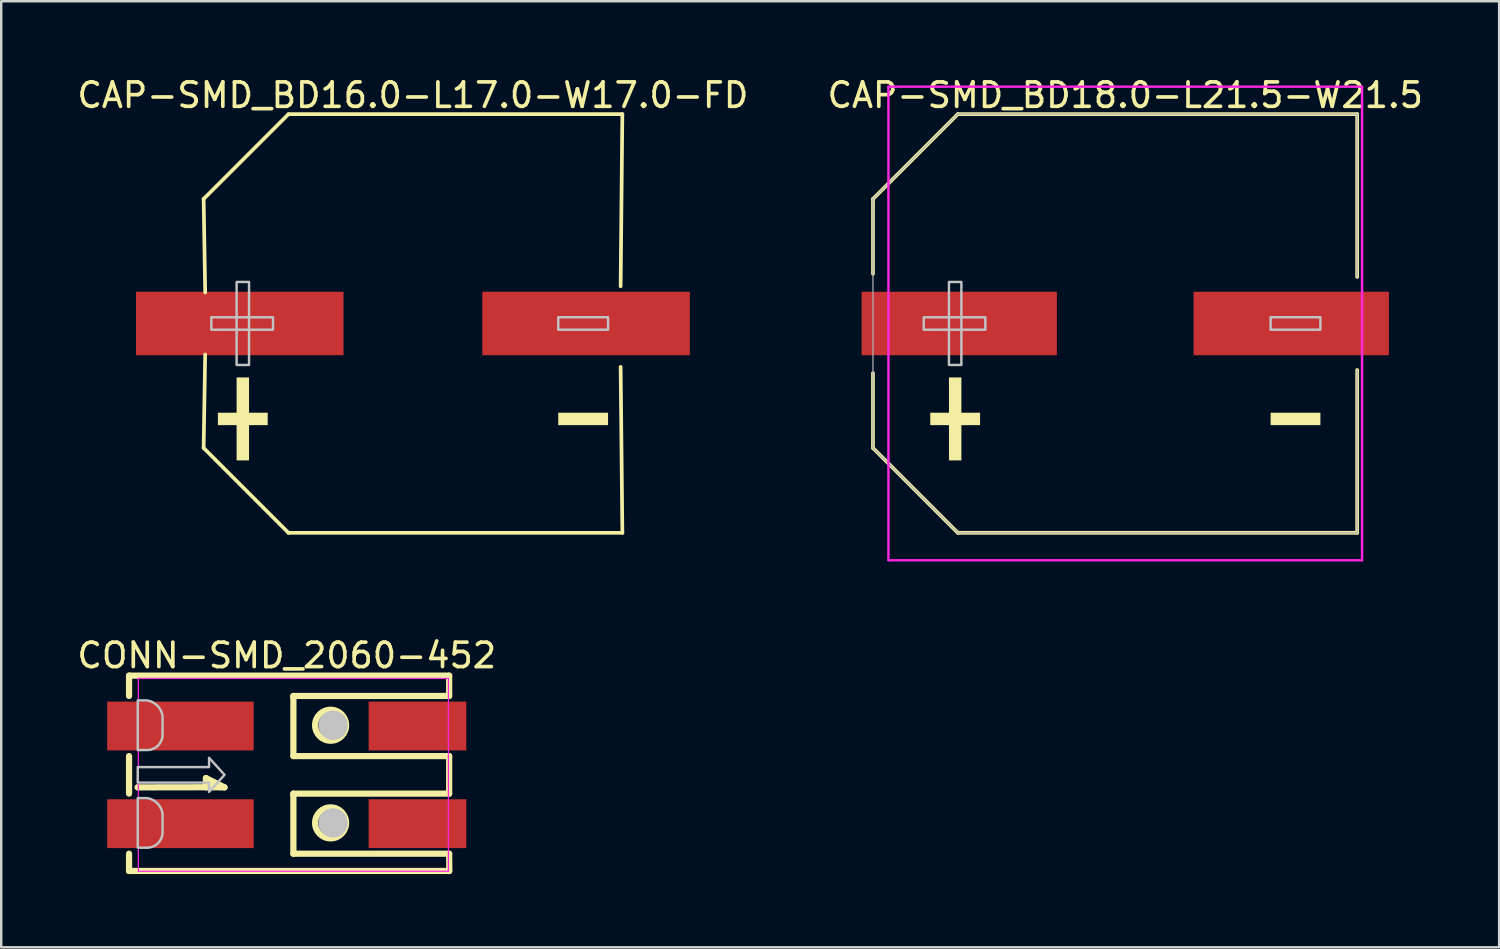
<source format=kicad_pcb>
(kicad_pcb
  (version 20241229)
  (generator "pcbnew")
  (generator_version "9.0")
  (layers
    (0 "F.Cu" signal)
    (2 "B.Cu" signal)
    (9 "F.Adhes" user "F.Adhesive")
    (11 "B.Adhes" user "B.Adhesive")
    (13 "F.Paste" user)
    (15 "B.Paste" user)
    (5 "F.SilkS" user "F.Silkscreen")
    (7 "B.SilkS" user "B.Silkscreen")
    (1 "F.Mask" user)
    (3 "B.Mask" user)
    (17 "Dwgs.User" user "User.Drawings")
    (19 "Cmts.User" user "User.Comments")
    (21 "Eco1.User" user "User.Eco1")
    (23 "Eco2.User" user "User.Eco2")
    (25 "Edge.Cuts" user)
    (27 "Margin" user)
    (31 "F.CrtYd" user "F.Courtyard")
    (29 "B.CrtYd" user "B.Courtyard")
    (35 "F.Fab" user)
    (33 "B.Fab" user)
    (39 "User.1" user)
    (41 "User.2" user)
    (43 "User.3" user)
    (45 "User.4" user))
  (footprint "CONN-SMD_2060-452"
    (layer "F.Cu")
    (at 9.196 28.689)
    (property "Reference" "CONN-SMD_2060-452" (at -0.5 -4.891 0) (layer "F.SilkS") (effects (font (size 1 1) (thickness 0.15))))
    (fp_line (start -6.96 -4.064) (end -6.96 -3.231) (stroke (width 0.254) (type default)) (layer "F.SilkS"))
    (fp_line (start -6.96 -0.769) (end -6.96 0.769) (stroke (width 0.254) (type default)) (layer "F.SilkS"))
    (fp_line (start -6.96 3.231) (end -6.96 3.937) (stroke (width 0.254) (type default)) (layer "F.SilkS"))
    (fp_line (start -6.96 3.937) (end 6.152 3.937) (stroke (width 0.254) (type default)) (layer "F.SilkS"))
    (fp_line (start -6.604 0.513) (end -6.604 0.513) (stroke (width 0.254) (type default)) (layer "F.SilkS"))
    (fp_line (start -3.811 0.132) (end -3.049 0.513) (stroke (width 0.254) (type default)) (layer "F.SilkS"))
    (fp_line (start -3.81 0.508) (end -6.604 0.513) (stroke (width 0.254) (type default)) (layer "F.SilkS"))
    (fp_line (start -3.81 0.508) (end -3.811 0.132) (stroke (width 0.254) (type default)) (layer "F.SilkS"))
    (fp_line (start -3.049 0.513) (end -3.81 0.508) (stroke (width 0.254) (type default)) (layer "F.SilkS"))
    (fp_line (start -0.228 -3.175) (end -0.228 -3.231) (stroke (width 0.254) (type default)) (layer "F.SilkS"))
    (fp_line (start -0.228 -0.769) (end -0.228 -3.175) (stroke (width 0.254) (type default)) (layer "F.SilkS"))
    (fp_line (start -0.228 0.825) (end -0.228 0.769) (stroke (width 0.254) (type default)) (layer "F.SilkS"))
    (fp_line (start -0.228 3.231) (end -0.228 0.825) (stroke (width 0.254) (type default)) (layer "F.SilkS"))
    (fp_line (start 6.152 -4.064) (end -6.96 -4.064) (stroke (width 0.254) (type default)) (layer "F.SilkS"))
    (fp_line (start 6.152 -4.064) (end 6.152 -3.231) (stroke (width 0.254) (type default)) (layer "F.SilkS"))
    (fp_line (start 6.152 -3.231) (end -0.228 -3.231) (stroke (width 0.254) (type default)) (layer "F.SilkS"))
    (fp_line (start 6.152 -0.769) (end -0.228 -0.769) (stroke (width 0.254) (type default)) (layer "F.SilkS"))
    (fp_line (start 6.152 -0.769) (end 6.152 0.769) (stroke (width 0.254) (type default)) (layer "F.SilkS"))
    (fp_line (start 6.152 0.769) (end -0.228 0.769) (stroke (width 0.254) (type default)) (layer "F.SilkS"))
    (fp_line (start 6.152 3.231) (end -0.228 3.231) (stroke (width 0.254) (type default)) (layer "F.SilkS"))
    (fp_line (start 6.152 3.231) (end 6.159 3.937) (stroke (width 0.254) (type default)) (layer "F.SilkS"))
    (fp_circle (center 1.296 -2.032) (end 1.931 -2.032) (stroke (width 0.254) (type default)) (fill no) (layer "F.SilkS"))
    (fp_circle (center 1.296 1.968) (end 1.931 1.968) (stroke (width 0.254) (type default)) (fill no) (layer "F.SilkS"))
    (fp_poly (pts (xy -3.049 0.513) (xy -3.811 0.132) (xy -3.81 0.508)) (stroke (width 0) (type default)) (fill yes) (layer "F.SilkS"))
    (fp_circle (center 1.397 -2.032) (end 1.697 -2.032) (stroke (width 0.6) (type default)) (fill no) (layer "Dwgs.User"))
    (fp_circle (center 1.397 1.968) (end 1.697 1.968) (stroke (width 0.6) (type default)) (fill no) (layer "Dwgs.User"))
    (fp_poly (pts (xy -6.604 -0.318) (xy -3.683 -0.318) (xy -3.683 -0.699) (xy -3.048 0) (xy -3.683 0.699) (xy -3.683 0.318) (xy -6.604 0.318)) (stroke (width 0.1) (type default)) (fill no) (layer "Dwgs.User"))
    (fp_poly (pts (xy -6.604 -3.048) (arc (start -6.223 -3.048) (mid -5.802051 -2.833949) (end -5.588 -2.413)) (arc (start -5.588 -1.651) (mid -5.773987 -1.201987) (end -6.223 -1.016)) (xy -6.604 -1.016)) (stroke (width 0.1) (type default)) (fill no) (layer "Dwgs.User"))
    (fp_poly (pts (xy -6.604 0.952) (arc (start -6.223 0.952) (mid -5.802051 1.166051) (end -5.588 1.587)) (arc (start -5.588 2.349) (mid -5.773987 2.798013) (end -6.223 2.984)) (xy -6.604 2.984)) (stroke (width 0.1) (type default)) (fill no) (layer "Dwgs.User"))
    (fp_line (start -6.579 -3.95) (end 6.122 -3.95) (stroke (width 0.051) (type default)) (layer "F.CrtYd"))
    (fp_line (start -6.579 3.95) (end -6.579 -3.95) (stroke (width 0.051) (type default)) (layer "F.CrtYd"))
    (fp_line (start 6.122 -3.95) (end 6.122 3.95) (stroke (width 0.051) (type default)) (layer "F.CrtYd"))
    (fp_line (start 6.122 3.95) (end -6.579 3.95) (stroke (width 0.051) (type default)) (layer "F.CrtYd"))
    (fp_poly (pts (xy -2.279 -2.65) (xy -2.279 -1.35) (xy -6.579 -1.35) (xy -6.579 -2.65)) (stroke (width 0.1) (type default)) (fill no) (layer "User.1"))
    (fp_poly (pts (xy -2.279 1.35) (xy -2.279 2.65) (xy -6.579 2.65) (xy -6.579 1.35)) (stroke (width 0.1) (type default)) (fill no) (layer "User.1"))
    (fp_poly (pts (xy 6.521 -2.65) (xy 6.521 -1.35) (xy 4.221 -1.35) (xy 4.221 -2.65)) (stroke (width 0.1) (type default)) (fill no) (layer "User.1"))
    (fp_poly (pts (xy 6.521 1.35) (xy 6.521 2.65) (xy 4.221 2.65) (xy 4.221 1.35)) (stroke (width 0.1) (type default)) (fill no) (layer "User.1"))
    (fp_poly (pts (xy 6.582 -3.95) (xy 6.564 -3.992) (xy 6.521 -4.01) (xy 6.479 -3.992) (xy 6.462 -3.95) (xy 6.479 -3.908) (xy 6.521 -3.89) (xy 6.564 -3.908)) (stroke (width 0.1) (type default)) (fill no) (layer "User.3"))
    (pad "1" smd rect (at -4.854 -2 90) (size 2 6) (layers "F.Cu" "F.Mask" "F.Paste"))
    (pad "1" smd rect (at 4.854 -2) (size 4 2) (layers "F.Cu" "F.Mask" "F.Paste"))
    (pad "2" smd rect (at -4.854 2 90) (size 2 6) (layers "F.Cu" "F.Mask" "F.Paste"))
    (pad "2" smd rect (at 4.854 2) (size 4 2) (layers "F.Cu" "F.Mask" "F.Paste")))
  (footprint "CAP-SMD_BD18.0-L21.5-W21.5"
    (layer "F.Cu")
    (at 43.042 10.2)
    (property "Reference" "CAP-SMD_BD18.0-L21.5-W21.5" (at 0 -9.351 0) (layer "F.SilkS") (effects (font (size 1 1) (thickness 0.15))))
    (fp_line (start -10.334 5.099) (end -10.334 2.032) (stroke (width 0.152) (type default)) (layer "F.SilkS"))
    (fp_line (start -10.333 -2.034) (end -10.333 -5.101) (stroke (width 0.152) (type default)) (layer "F.SilkS"))
    (fp_line (start -6.858 -8.575) (end -10.333 -5.101) (stroke (width 0.152) (type default)) (layer "F.SilkS"))
    (fp_line (start -6.858 8.575) (end -10.334 5.099) (stroke (width 0.152) (type default)) (layer "F.SilkS"))
    (fp_line (start 9.5 -8.575) (end -6.858 -8.575) (stroke (width 0.152) (type default)) (layer "F.SilkS"))
    (fp_line (start 9.5 -1.905) (end 9.5 -8.575) (stroke (width 0.152) (type default)) (layer "F.SilkS"))
    (fp_line (start 9.5 8.575) (end -6.858 8.575) (stroke (width 0.152) (type default)) (layer "F.SilkS"))
    (fp_line (start 9.5 8.575) (end 9.5 1.905) (stroke (width 0.152) (type default)) (layer "F.SilkS"))
    (fp_poly (pts (xy -7.987 3.655) (xy -7.987 4.165) (xy -5.947 4.165) (xy -5.947 3.655)) (stroke (width 0) (type default)) (fill yes) (layer "F.SilkS"))
    (fp_poly (pts (xy -7.221 2.21) (xy -7.221 5.61) (xy -6.712 5.61) (xy -6.712 2.21)) (stroke (width 0) (type default)) (fill yes) (layer "F.SilkS"))
    (fp_poly (pts (xy 7.994 3.655) (xy 7.994 4.165) (xy 5.954 4.165) (xy 5.954 3.655)) (stroke (width 0) (type default)) (fill yes) (layer "F.SilkS"))
    (fp_poly (pts (xy -7.221 -1.7) (xy -7.221 1.7) (xy -6.712 1.7) (xy -6.712 -1.7)) (stroke (width 0.1) (type default)) (fill no) (layer "Dwgs.User"))
    (fp_poly (pts (xy 7.994 -0.255) (xy 7.994 0.255) (xy 5.954 0.255) (xy 5.954 -0.255)) (stroke (width 0.1) (type default)) (fill no) (layer "Dwgs.User"))
    (fp_poly (pts (xy -8.255 -0.254) (xy -8.255 0.256) (xy -5.73 0.255) (xy -5.73 0.001) (xy -5.73 -0.253)) (stroke (width 0.1) (type default)) (fill no) (layer "Dwgs.User"))
    (fp_line (start -9.7 -9.7) (end 9.7 -9.7) (stroke (width 0.1) (type default)) (layer "F.CrtYd"))
    (fp_line (start -9.7 9.7) (end -9.7 -9.7) (stroke (width 0.1) (type default)) (layer "F.CrtYd"))
    (fp_line (start -9.7 9.7) (end 9.7 9.7) (stroke (width 0.1) (type default)) (layer "F.CrtYd"))
    (fp_line (start 9.7 9.7) (end 9.7 -9.7) (stroke (width 0.1) (type default)) (layer "F.CrtYd"))
    (fp_line (start -10.334 5.099) (end -10.334 -5.101) (stroke (width 0.051) (type default)) (layer "F.Fab"))
    (fp_line (start -6.858 -8.577) (end -10.334 -5.101) (stroke (width 0.051) (type default)) (layer "F.Fab"))
    (fp_line (start -6.858 -8.577) (end 9.5 -8.575) (stroke (width 0.051) (type default)) (layer "F.Fab"))
    (fp_line (start -6.858 8.575) (end -10.334 5.099) (stroke (width 0.051) (type default)) (layer "F.Fab"))
    (fp_line (start 9.5 -1.905) (end 9.5 -8.575) (stroke (width 0.051) (type default)) (layer "F.Fab"))
    (fp_line (start 9.5 8.575) (end -6.858 8.575) (stroke (width 0.051) (type default)) (layer "F.Fab"))
    (fp_line (start 9.5 8.575) (end 9.5 1.905) (stroke (width 0.051) (type default)) (layer "F.Fab"))
    (fp_poly (pts (xy -9.338 8.5) (xy -9.356 8.458) (xy -9.398 8.44) (xy -9.44 8.458) (xy -9.458 8.5) (xy -9.44 8.542) (xy -9.398 8.56) (xy -9.356 8.542)) (stroke (width 0.1) (type default)) (fill no) (layer "User.3"))
    (pad "1" smd rect (at -6.8 0) (size 8 2.6) (layers "F.Cu" "F.Mask" "F.Paste"))
    (pad "2" smd rect (at 6.8 0) (size 8 2.6) (layers "F.Cu" "F.Mask" "F.Paste")))
  (footprint "CAP-SMD_BD16.0-L17.0-W17.0-FD"
    (layer "F.Cu")
    (at 13.863 10.2)
    (property "Reference" "CAP-SMD_BD16.0-L17.0-W17.0-FD" (at 0 -9.351 0) (layer "F.SilkS") (effects (font (size 1 1) (thickness 0.15))))
    (fp_line (start -8.572 5.1) (end -8.509 1.27) (stroke (width 0.152) (type default)) (layer "F.SilkS"))
    (fp_line (start -8.572 -5.101) (end -8.508 -1.27) (stroke (width 0.152) (type default)) (layer "F.SilkS"))
    (fp_line (start -5.096 -8.575) (end -8.572 -5.101) (stroke (width 0.152) (type default)) (layer "F.SilkS"))
    (fp_line (start -5.096 8.576) (end -8.572 5.1) (stroke (width 0.152) (type default)) (layer "F.SilkS"))
    (fp_line (start 8.509 -1.524) (end 8.579 -8.575) (stroke (width 0.152) (type default)) (layer "F.SilkS"))
    (fp_line (start 8.509 1.778) (end 8.58 8.576) (stroke (width 0.152) (type default)) (layer "F.SilkS"))
    (fp_line (start 8.579 -8.575) (end -5.096 -8.575) (stroke (width 0.152) (type default)) (layer "F.SilkS"))
    (fp_line (start 8.58 8.576) (end -5.096 8.576) (stroke (width 0.152) (type default)) (layer "F.SilkS"))
    (fp_poly (pts (xy -7.987 3.655) (xy -7.987 4.165) (xy -5.947 4.165) (xy -5.947 3.655)) (stroke (width 0) (type default)) (fill yes) (layer "F.SilkS"))
    (fp_poly (pts (xy -7.221 2.21) (xy -7.221 5.61) (xy -6.712 5.61) (xy -6.712 2.21)) (stroke (width 0) (type default)) (fill yes) (layer "F.SilkS"))
    (fp_poly (pts (xy 7.994 3.655) (xy 7.994 4.165) (xy 5.954 4.165) (xy 5.954 3.655)) (stroke (width 0) (type default)) (fill yes) (layer "F.SilkS"))
    (fp_poly (pts (xy -7.221 -1.7) (xy -7.221 1.7) (xy -6.712 1.7) (xy -6.712 -1.7)) (stroke (width 0.1) (type default)) (fill no) (layer "Dwgs.User"))
    (fp_poly (pts (xy 7.994 -0.255) (xy 7.994 0.255) (xy 5.954 0.255) (xy 5.954 -0.255)) (stroke (width 0.1) (type default)) (fill no) (layer "Dwgs.User"))
    (fp_poly (pts (xy -8.255 -0.254) (xy -8.255 0.256) (xy -5.73 0.255) (xy -5.73 0.001) (xy -5.73 -0.253)) (stroke (width 0.1) (type default)) (fill no) (layer "Dwgs.User"))
    (fp_poly (pts (xy -9.398 -0.635) (xy -9.398 0.615) (xy -3.598 0.615) (xy -3.598 -0.635)) (stroke (width 0.1) (type default)) (fill no) (layer "User.1"))
    (fp_poly (pts (xy 9.398 -0.635) (xy 9.398 0.615) (xy 3.598 0.615) (xy 3.598 -0.635)) (stroke (width 0.1) (type default)) (fill no) (layer "User.1"))
    (fp_line (start -8.5 -5.1) (end -5.1 -8.5) (stroke (width 0.051) (type default)) (layer "User.2"))
    (fp_line (start -8.5 5.1) (end -8.5 -5.1) (stroke (width 0.051) (type default)) (layer "User.2"))
    (fp_line (start -5.1 -8.5) (end 8.5 -8.5) (stroke (width 0.051) (type default)) (layer "User.2"))
    (fp_line (start -5.1 8.5) (end -8.5 5.1) (stroke (width 0.051) (type default)) (layer "User.2"))
    (fp_line (start 8.5 -8.5) (end 8.5 8.5) (stroke (width 0.051) (type default)) (layer "User.2"))
    (fp_line (start 8.5 8.5) (end -5.1 8.5) (stroke (width 0.051) (type default)) (layer "User.2"))
    (fp_poly (pts (xy -9.338 8.5) (xy -9.356 8.458) (xy -9.398 8.44) (xy -9.44 8.458) (xy -9.458 8.5) (xy -9.44 8.542) (xy -9.398 8.56) (xy -9.356 8.542)) (stroke (width 0.1) (type default)) (fill no) (layer "User.3"))
    (pad "1" smd rect (at -7.093 0) (size 8.5 2.6) (layers "F.Cu" "F.Mask" "F.Paste"))
    (pad "2" smd rect (at 7.093 0) (size 8.5 2.6) (layers "F.Cu" "F.Mask" "F.Paste")))
  (gr_rect
    (start -3 -3)
    (end 58.357 35.753)
    (stroke (width 0.1) (type default))
    (fill no)
    (layer "Edge.Cuts")))
</source>
